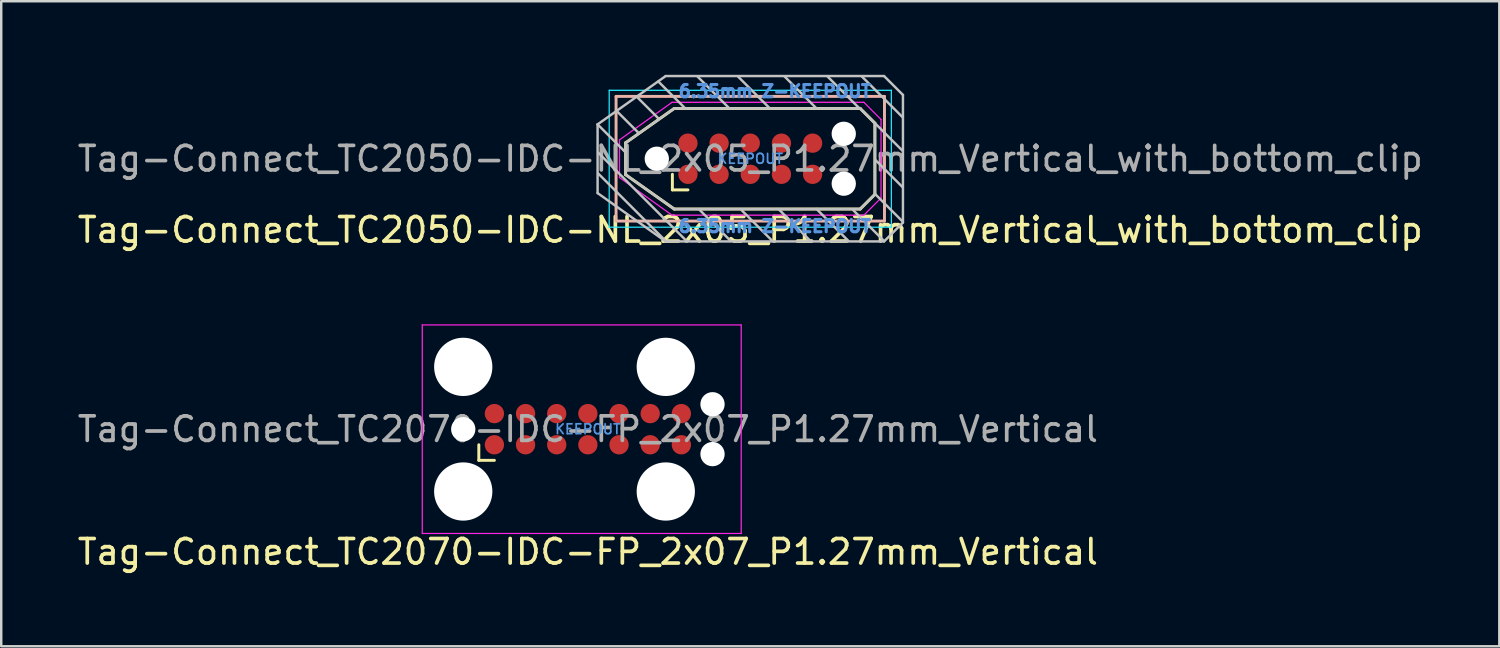
<source format=kicad_pcb>
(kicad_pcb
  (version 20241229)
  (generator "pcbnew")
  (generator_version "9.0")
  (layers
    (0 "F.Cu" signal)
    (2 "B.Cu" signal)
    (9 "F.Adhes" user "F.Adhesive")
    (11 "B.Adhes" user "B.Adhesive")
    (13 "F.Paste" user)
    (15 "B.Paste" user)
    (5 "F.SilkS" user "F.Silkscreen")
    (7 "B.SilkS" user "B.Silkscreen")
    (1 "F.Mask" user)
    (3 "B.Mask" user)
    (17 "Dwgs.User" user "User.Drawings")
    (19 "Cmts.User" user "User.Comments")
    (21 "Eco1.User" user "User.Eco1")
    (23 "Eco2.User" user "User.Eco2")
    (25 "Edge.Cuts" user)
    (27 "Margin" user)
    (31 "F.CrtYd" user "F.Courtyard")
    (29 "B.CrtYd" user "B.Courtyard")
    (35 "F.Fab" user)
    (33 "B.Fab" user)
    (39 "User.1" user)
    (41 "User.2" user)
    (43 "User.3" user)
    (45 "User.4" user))
  (footprint "Tag-Connect_TC2070-IDC-FP_2x07_P1.27mm_Vertical"
    (layer "F.Cu")
    (at 20.911 14.443)
    (property "Reference" "Tag-Connect_TC2070-IDC-FP_2x07_P1.27mm_Vertical" (at 0 5 0) (layer "F.SilkS") (effects (font (size 1 1) (thickness 0.15))))
    (attr exclude_from_pos_files exclude_from_bom)
    (fp_line (start -4.445 0.635) (end -4.445 1.27) (stroke (width 0.12) (type solid)) (layer "F.SilkS"))
    (fp_line (start -4.445 1.27) (end -3.81 1.27) (stroke (width 0.12) (type solid)) (layer "F.SilkS"))
    (fp_line (start -6.75 -4.25) (end -6.75 4.25) (stroke (width 0.05) (type solid)) (layer "F.CrtYd"))
    (fp_line (start -6.75 4.25) (end 6.25 4.25) (stroke (width 0.05) (type solid)) (layer "F.CrtYd"))
    (fp_line (start 6.25 -4.25) (end -6.75 -4.25) (stroke (width 0.05) (type solid)) (layer "F.CrtYd"))
    (fp_line (start 6.25 4.25) (end 6.25 -4.25) (stroke (width 0.05) (type solid)) (layer "F.CrtYd"))
    (fp_text user "KEEPOUT" (at 0 0 0) (layer "Cmts.User") (effects (font (size 0.4 0.4) (thickness 0.07))))
    (fp_text user "${REFERENCE}" (at 0 0 0) (layer "F.Fab") (effects (font (size 1 1) (thickness 0.15))))
    (pad "" np_thru_hole circle (at -5.08 -2.54) (size 2.375 2.375) (drill 2.375) (layers "*.Cu" "*.Mask"))
    (pad "" np_thru_hole circle (at -5.08 0) (size 0.991 0.991) (drill 0.991) (layers "*.Cu" "*.Mask"))
    (pad "" np_thru_hole circle (at -5.08 2.54) (size 2.375 2.375) (drill 2.375) (layers "*.Cu" "*.Mask"))
    (pad "" np_thru_hole circle (at 3.175 -2.54) (size 2.375 2.375) (drill 2.375) (layers "*.Cu" "*.Mask"))
    (pad "" np_thru_hole circle (at 3.175 2.54) (size 2.375 2.375) (drill 2.375) (layers "*.Cu" "*.Mask"))
    (pad "" np_thru_hole circle (at 5.08 -1.016) (size 0.991 0.991) (drill 0.991) (layers "*.Cu" "*.Mask"))
    (pad "" np_thru_hole circle (at 5.08 1.016) (size 0.991 0.991) (drill 0.991) (layers "*.Cu" "*.Mask"))
    (pad "1" connect circle (at -3.81 0.635) (size 0.787 0.787) (layers "F.Cu" "F.Mask"))
    (pad "2" connect circle (at -2.54 0.635) (size 0.787 0.787) (layers "F.Cu" "F.Mask"))
    (pad "3" connect circle (at -1.27 0.635) (size 0.787 0.787) (layers "F.Cu" "F.Mask"))
    (pad "4" connect circle (at 0 0.635) (size 0.787 0.787) (layers "F.Cu" "F.Mask"))
    (pad "5" connect circle (at 1.27 0.635) (size 0.787 0.787) (layers "F.Cu" "F.Mask"))
    (pad "6" connect circle (at 2.54 0.635) (size 0.787 0.787) (layers "F.Cu" "F.Mask"))
    (pad "7" connect circle (at 3.81 0.635) (size 0.787 0.787) (layers "F.Cu" "F.Mask"))
    (pad "8" connect circle (at 3.81 -0.635) (size 0.787 0.787) (layers "F.Cu" "F.Mask"))
    (pad "9" connect circle (at 2.54 -0.635) (size 0.787 0.787) (layers "F.Cu" "F.Mask"))
    (pad "10" connect circle (at 1.27 -0.635) (size 0.787 0.787) (layers "F.Cu" "F.Mask"))
    (pad "11" connect circle (at 0 -0.635) (size 0.787 0.787) (layers "F.Cu" "F.Mask"))
    (pad "12" connect circle (at -1.27 -0.635) (size 0.787 0.787) (layers "F.Cu" "F.Mask"))
    (pad "13" connect circle (at -2.54 -0.635) (size 0.787 0.787) (layers "F.Cu" "F.Mask"))
    (pad "14" connect circle (at -3.81 -0.635) (size 0.787 0.787) (layers "F.Cu" "F.Mask"))
    (zone (net_name "") (layer "F.Cu") (hatch full 0.508) (connect_pads) (min_thickness 0.254) (filled_areas_thickness no) (keepout (tracks allowed) (vias not_allowed) (pads allowed) (copperpour not_allowed) (footprints not_allowed)) (placement (enabled no)) (fill) (polygon (pts (xy 24.721 13.808) (xy 17.101 13.808) (xy 17.101 15.078) (xy 24.721 15.078)))))
  (footprint "Tag-Connect_TC2050-IDC-NL_2x05_P1.27mm_Vertical_with_bottom_clip"
    (layer "F.Cu")
    (at 27.53 3.42)
    (property "Reference" "Tag-Connect_TC2050-IDC-NL_2x05_P1.27mm_Vertical_with_bottom_clip" (at 0 2.9 0) (layer "F.SilkS") (effects (font (size 1 1) (thickness 0.15))))
    (attr exclude_from_pos_files exclude_from_bom)
    (fp_line (start -5.08 -0.65) (end -3.1 -2.05) (stroke (width 0.12) (type solid)) (layer "F.SilkS"))
    (fp_line (start -5.08 0.65) (end -5.08 -0.65) (stroke (width 0.12) (type solid)) (layer "F.SilkS"))
    (fp_line (start -3.175 1.27) (end -3.175 0.635) (stroke (width 0.12) (type solid)) (layer "F.SilkS"))
    (fp_line (start -3.1 -2.05) (end 4.48 -2.05) (stroke (width 0.12) (type solid)) (layer "F.SilkS"))
    (fp_line (start -3.1 2.05) (end -5.08 0.65) (stroke (width 0.12) (type solid)) (layer "F.SilkS"))
    (fp_line (start -2.54 1.27) (end -3.175 1.27) (stroke (width 0.12) (type solid)) (layer "F.SilkS"))
    (fp_line (start 4.48 -2.05) (end 5.08 -1.45) (stroke (width 0.12) (type solid)) (layer "F.SilkS"))
    (fp_line (start 4.48 2.05) (end -3.1 2.05) (stroke (width 0.12) (type solid)) (layer "F.SilkS"))
    (fp_line (start 4.48 2.05) (end 5.08 1.45) (stroke (width 0.12) (type solid)) (layer "F.SilkS"))
    (fp_line (start 5.08 -1.45) (end 5.08 1.45) (stroke (width 0.12) (type solid)) (layer "F.SilkS"))
    (fp_line (start -5.47 -2.54) (end 5.47 -2.54) (stroke (width 0.12) (type solid)) (layer "B.SilkS"))
    (fp_line (start -5.47 2.54) (end -5.47 -2.54) (stroke (width 0.12) (type solid)) (layer "B.SilkS"))
    (fp_line (start 5.47 -2.54) (end 5.47 2.54) (stroke (width 0.12) (type solid)) (layer "B.SilkS"))
    (fp_line (start 5.47 2.54) (end -5.47 2.54) (stroke (width 0.12) (type solid)) (layer "B.SilkS"))
    (fp_line (start -6.223 -1.4) (end -5.1 -0.277) (stroke (width 0.1) (type solid)) (layer "Dwgs.User"))
    (fp_line (start -6.223 -1.4) (end -3.45 -3.37) (stroke (width 0.1) (type solid)) (layer "Dwgs.User"))
    (fp_line (start -6.223 1.4) (end -6.223 -1.4) (stroke (width 0.1) (type solid)) (layer "Dwgs.User"))
    (fp_line (start -6.223 1.4) (end -3.45 3.37) (stroke (width 0.1) (type solid)) (layer "Dwgs.User"))
    (fp_line (start -6.2 -0.25) (end -2.6 3.35) (stroke (width 0.1) (type solid)) (layer "Dwgs.User"))
    (fp_line (start -6.2 0.6) (end -3.45 3.35) (stroke (width 0.1) (type solid)) (layer "Dwgs.User"))
    (fp_line (start -5.4 -1.9) (end -4.55 -1.05) (stroke (width 0.1) (type solid)) (layer "Dwgs.User"))
    (fp_line (start -5.08 -0.65) (end -3.1 -2.05) (stroke (width 0.1) (type solid)) (layer "Dwgs.User"))
    (fp_line (start -5.08 0.65) (end -5.08 -0.65) (stroke (width 0.1) (type solid)) (layer "Dwgs.User"))
    (fp_line (start -4.6 -2.5) (end -3.75 -1.65) (stroke (width 0.1) (type solid)) (layer "Dwgs.User"))
    (fp_line (start -3.75 -3.15) (end -2.65 -2.05) (stroke (width 0.1) (type solid)) (layer "Dwgs.User"))
    (fp_line (start -3.45 -3.37) (end 5.453 -3.37) (stroke (width 0.1) (type solid)) (layer "Dwgs.User"))
    (fp_line (start -3.1 -2.05) (end 4.48 -2.05) (stroke (width 0.1) (type solid)) (layer "Dwgs.User"))
    (fp_line (start -3.1 2.05) (end -5.08 0.65) (stroke (width 0.1) (type solid)) (layer "Dwgs.User"))
    (fp_line (start -2.15 -3.35) (end -0.85 -2.05) (stroke (width 0.1) (type solid)) (layer "Dwgs.User"))
    (fp_line (start -2.1 2.05) (end -0.8 3.35) (stroke (width 0.1) (type solid)) (layer "Dwgs.User"))
    (fp_line (start -0.5 -3.35) (end 0.8 -2.05) (stroke (width 0.1) (type solid)) (layer "Dwgs.User"))
    (fp_line (start -0.35 2.1) (end 0.9 3.35) (stroke (width 0.1) (type solid)) (layer "Dwgs.User"))
    (fp_line (start 1.15 2.05) (end 2.45 3.35) (stroke (width 0.1) (type solid)) (layer "Dwgs.User"))
    (fp_line (start 1.4 -3.35) (end 2.7 -2.05) (stroke (width 0.1) (type solid)) (layer "Dwgs.User"))
    (fp_line (start 2.7 2.05) (end 4 3.35) (stroke (width 0.1) (type solid)) (layer "Dwgs.User"))
    (fp_line (start 3.15 -3.35) (end 4.4 -2.1) (stroke (width 0.1) (type solid)) (layer "Dwgs.User"))
    (fp_line (start 4.2 2.1) (end 5.45 3.35) (stroke (width 0.1) (type solid)) (layer "Dwgs.User"))
    (fp_line (start 4.4 -2.1) (end 4.45 -2.05) (stroke (width 0.1) (type solid)) (layer "Dwgs.User"))
    (fp_line (start 4.48 -2.05) (end 5.08 -1.45) (stroke (width 0.1) (type solid)) (layer "Dwgs.User"))
    (fp_line (start 4.48 2.05) (end -3.1 2.05) (stroke (width 0.1) (type solid)) (layer "Dwgs.User"))
    (fp_line (start 4.48 2.05) (end 5.08 1.45) (stroke (width 0.1) (type solid)) (layer "Dwgs.User"))
    (fp_line (start 4.55 -3.35) (end 6.2 -1.7) (stroke (width 0.1) (type solid)) (layer "Dwgs.User"))
    (fp_line (start 5.08 -1.45) (end 5.08 1.45) (stroke (width 0.1) (type solid)) (layer "Dwgs.User"))
    (fp_line (start 5.08 -1.45) (end 6.2 -0.33) (stroke (width 0.1) (type solid)) (layer "Dwgs.User"))
    (fp_line (start 5.1 0.05) (end 6.2 1.15) (stroke (width 0.1) (type solid)) (layer "Dwgs.User"))
    (fp_line (start 5.1 1.45) (end 6.2 2.55) (stroke (width 0.1) (type solid)) (layer "Dwgs.User"))
    (fp_line (start 5.453 -3.37) (end 6.223 -2.6) (stroke (width 0.1) (type solid)) (layer "Dwgs.User"))
    (fp_line (start 5.453 3.37) (end -3.45 3.37) (stroke (width 0.1) (type solid)) (layer "Dwgs.User"))
    (fp_line (start 5.453 3.37) (end 6.223 2.6) (stroke (width 0.1) (type solid)) (layer "Dwgs.User"))
    (fp_line (start 6.223 -2.6) (end 6.223 2.6) (stroke (width 0.1) (type solid)) (layer "Dwgs.User"))
    (fp_line (start -5.75 -2.79) (end 5.75 -2.79) (stroke (width 0.05) (type solid)) (layer "B.CrtYd"))
    (fp_line (start -5.75 2.79) (end -5.75 -2.79) (stroke (width 0.05) (type solid)) (layer "B.CrtYd"))
    (fp_line (start 5.75 -2.79) (end 5.75 2.79) (stroke (width 0.05) (type solid)) (layer "B.CrtYd"))
    (fp_line (start 5.75 2.79) (end -5.75 2.79) (stroke (width 0.05) (type solid)) (layer "B.CrtYd"))
    (fp_line (start -5.33 -0.77) (end -3.19 -2.3) (stroke (width 0.05) (type solid)) (layer "F.CrtYd"))
    (fp_line (start -5.33 0.77) (end -5.33 -0.77) (stroke (width 0.05) (type solid)) (layer "F.CrtYd"))
    (fp_line (start -3.19 -2.3) (end 4.63 -2.3) (stroke (width 0.05) (type solid)) (layer "F.CrtYd"))
    (fp_line (start -3.19 2.3) (end -5.33 0.77) (stroke (width 0.05) (type solid)) (layer "F.CrtYd"))
    (fp_line (start 4.63 -2.3) (end 5.33 -1.6) (stroke (width 0.05) (type solid)) (layer "F.CrtYd"))
    (fp_line (start 4.63 2.3) (end -3.19 2.3) (stroke (width 0.05) (type solid)) (layer "F.CrtYd"))
    (fp_line (start 4.63 2.3) (end 5.33 1.6) (stroke (width 0.05) (type solid)) (layer "F.CrtYd"))
    (fp_line (start 5.33 -1.6) (end 5.33 1.6) (stroke (width 0.05) (type solid)) (layer "F.CrtYd"))
    (fp_text user "KEEPOUT" (at 0 0 0) (layer "Cmts.User") (effects (font (size 0.4 0.4) (thickness 0.07))))
    (fp_text user "6.35mm Z-KEEPOUT" (at 1 -2.75 0) (layer "Cmts.User") (effects (font (size 0.5 0.5) (thickness 0.125))))
    (fp_text user "6.35mm Z-KEEPOUT" (at 1 2.75 0) (layer "Cmts.User") (effects (font (size 0.5 0.5) (thickness 0.125))))
    (fp_text user "${REFERENCE}" (at 0 0 0) (layer "F.Fab") (effects (font (size 1 1) (thickness 0.15))))
    (pad "" np_thru_hole circle (at -3.81 0) (size 0.991 0.991) (drill 0.991) (layers "*.Cu" "*.Mask"))
    (pad "" np_thru_hole circle (at 3.81 -1.016) (size 0.991 0.991) (drill 0.991) (layers "*.Cu" "*.Mask"))
    (pad "" np_thru_hole circle (at 3.81 1.016) (size 0.991 0.991) (drill 0.991) (layers "*.Cu" "*.Mask"))
    (pad "1" connect circle (at -2.54 0.635) (size 0.787 0.787) (layers "F.Cu" "F.Mask"))
    (pad "2" connect circle (at -1.27 0.635) (size 0.787 0.787) (layers "F.Cu" "F.Mask"))
    (pad "3" connect circle (at 0 0.635) (size 0.787 0.787) (layers "F.Cu" "F.Mask"))
    (pad "4" connect circle (at 1.27 0.635) (size 0.787 0.787) (layers "F.Cu" "F.Mask"))
    (pad "5" connect circle (at 2.54 0.635) (size 0.787 0.787) (layers "F.Cu" "F.Mask"))
    (pad "6" connect circle (at 2.54 -0.635) (size 0.787 0.787) (layers "F.Cu" "F.Mask"))
    (pad "7" connect circle (at 1.27 -0.635) (size 0.787 0.787) (layers "F.Cu" "F.Mask"))
    (pad "8" connect circle (at 0 -0.635) (size 0.787 0.787) (layers "F.Cu" "F.Mask"))
    (pad "9" connect circle (at -1.27 -0.635) (size 0.787 0.787) (layers "F.Cu" "F.Mask"))
    (pad "10" connect circle (at -2.54 -0.635) (size 0.787 0.787) (layers "F.Cu" "F.Mask"))
    (zone (net_name "") (layer "F.Cu") (hatch full 0.508) (connect_pads) (min_thickness 0.254) (filled_areas_thickness no) (keepout (tracks allowed) (vias not_allowed) (pads allowed) (copperpour not_allowed) (footprints not_allowed)) (placement (enabled no)) (fill) (polygon (pts (xy 24.99 4.055) (xy 30.07 4.055) (xy 30.07 2.785) (xy 24.99 2.785)))))
  (gr_rect
    (start -3 -3)
    (end 58.06 23.291)
    (stroke (width 0.1) (type default))
    (fill no)
    (layer "Edge.Cuts")))
</source>
